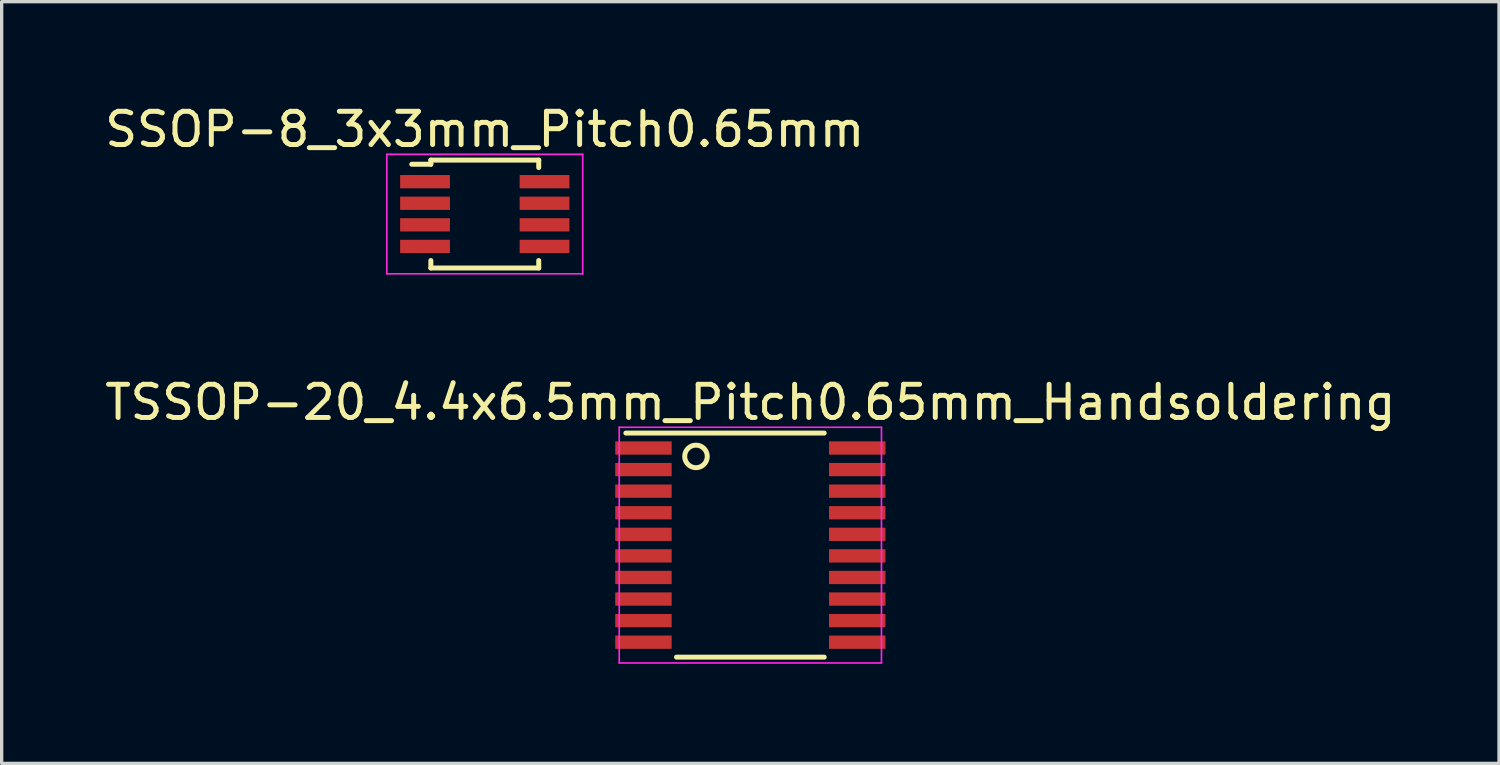
<source format=kicad_pcb>
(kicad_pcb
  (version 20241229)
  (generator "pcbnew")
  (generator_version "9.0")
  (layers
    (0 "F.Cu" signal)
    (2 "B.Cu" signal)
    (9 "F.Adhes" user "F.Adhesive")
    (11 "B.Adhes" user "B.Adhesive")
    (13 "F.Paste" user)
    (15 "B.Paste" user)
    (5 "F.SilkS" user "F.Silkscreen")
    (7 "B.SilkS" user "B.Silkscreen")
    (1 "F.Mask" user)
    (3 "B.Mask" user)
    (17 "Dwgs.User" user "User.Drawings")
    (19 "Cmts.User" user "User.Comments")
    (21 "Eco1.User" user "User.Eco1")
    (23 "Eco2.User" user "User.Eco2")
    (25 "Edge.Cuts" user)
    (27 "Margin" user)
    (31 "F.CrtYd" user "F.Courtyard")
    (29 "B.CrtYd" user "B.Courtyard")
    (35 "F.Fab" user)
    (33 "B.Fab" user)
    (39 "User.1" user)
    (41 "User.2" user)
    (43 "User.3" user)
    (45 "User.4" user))
  (footprint "TSSOP-20_4.4x6.5mm_Pitch0.65mm_Handsoldering"
    (layer "F.Cu")
    (at 19.554 13.371)
    (property "Reference" "TSSOP-20_4.4x6.5mm_Pitch0.65mm_Handsoldering" (at 0 -4.3 0) (layer "F.SilkS") (effects (font (size 1 1) (thickness 0.15))))
    (attr smd)
    (fp_line (start -3.75 -3.375) (end 2.225 -3.375) (stroke (width 0.15) (type solid)) (layer "F.SilkS"))
    (fp_line (start -2.225 3.375) (end 2.225 3.375) (stroke (width 0.15) (type solid)) (layer "F.SilkS"))
    (fp_circle (center -1.638 -2.672) (end -1.387 -2.443) (stroke (width 0.15) (type solid)) (fill no) (layer "F.SilkS"))
    (fp_line (start -3.95 -3.55) (end -3.95 3.55) (stroke (width 0.05) (type solid)) (layer "F.CrtYd"))
    (fp_line (start -3.95 -3.55) (end 3.95 -3.55) (stroke (width 0.05) (type solid)) (layer "F.CrtYd"))
    (fp_line (start -3.95 3.55) (end 3.95 3.55) (stroke (width 0.05) (type solid)) (layer "F.CrtYd"))
    (fp_line (start 3.95 -3.55) (end 3.95 3.55) (stroke (width 0.05) (type solid)) (layer "F.CrtYd"))
    (pad "1" smd rect (at -3.22 -2.925) (size 1.7 0.4) (layers "F.Cu" "F.Mask" "F.Paste"))
    (pad "2" smd rect (at -3.22 -2.275) (size 1.7 0.4) (layers "F.Cu" "F.Mask" "F.Paste"))
    (pad "3" smd rect (at -3.22 -1.625) (size 1.7 0.4) (layers "F.Cu" "F.Mask" "F.Paste"))
    (pad "4" smd rect (at -3.22 -0.975) (size 1.7 0.4) (layers "F.Cu" "F.Mask" "F.Paste"))
    (pad "5" smd rect (at -3.22 -0.325) (size 1.7 0.4) (layers "F.Cu" "F.Mask" "F.Paste"))
    (pad "6" smd rect (at -3.22 0.325) (size 1.7 0.4) (layers "F.Cu" "F.Mask" "F.Paste"))
    (pad "7" smd rect (at -3.22 0.975) (size 1.7 0.4) (layers "F.Cu" "F.Mask" "F.Paste"))
    (pad "8" smd rect (at -3.22 1.625) (size 1.7 0.4) (layers "F.Cu" "F.Mask" "F.Paste"))
    (pad "9" smd rect (at -3.22 2.275) (size 1.7 0.4) (layers "F.Cu" "F.Mask" "F.Paste"))
    (pad "10" smd rect (at -3.22 2.925) (size 1.7 0.4) (layers "F.Cu" "F.Mask" "F.Paste"))
    (pad "11" smd rect (at 3.22 2.925) (size 1.7 0.4) (layers "F.Cu" "F.Mask" "F.Paste"))
    (pad "12" smd rect (at 3.22 2.275) (size 1.7 0.4) (layers "F.Cu" "F.Mask" "F.Paste"))
    (pad "13" smd rect (at 3.22 1.625) (size 1.7 0.4) (layers "F.Cu" "F.Mask" "F.Paste"))
    (pad "14" smd rect (at 3.22 0.975) (size 1.7 0.4) (layers "F.Cu" "F.Mask" "F.Paste"))
    (pad "15" smd rect (at 3.22 0.325) (size 1.7 0.4) (layers "F.Cu" "F.Mask" "F.Paste"))
    (pad "16" smd rect (at 3.22 -0.325) (size 1.7 0.4) (layers "F.Cu" "F.Mask" "F.Paste"))
    (pad "17" smd rect (at 3.22 -0.975) (size 1.7 0.4) (layers "F.Cu" "F.Mask" "F.Paste"))
    (pad "18" smd rect (at 3.22 -1.625) (size 1.7 0.4) (layers "F.Cu" "F.Mask" "F.Paste"))
    (pad "19" smd rect (at 3.22 -2.275) (size 1.7 0.4) (layers "F.Cu" "F.Mask" "F.Paste"))
    (pad "20" smd rect (at 3.22 -2.925) (size 1.7 0.4) (layers "F.Cu" "F.Mask" "F.Paste")))
  (footprint "SSOP-8_3x3mm_Pitch0.65mm"
    (layer "F.Cu")
    (at 11.554 3.398)
    (property "Reference" "SSOP-8_3x3mm_Pitch0.65mm" (at 0 -2.55 0) (layer "F.SilkS") (effects (font (size 1 1) (thickness 0.15))))
    (attr smd)
    (fp_line (start -1.625 -1.625) (end -1.625 -1.5) (stroke (width 0.15) (type solid)) (layer "F.SilkS"))
    (fp_line (start -1.625 -1.625) (end 1.625 -1.625) (stroke (width 0.15) (type solid)) (layer "F.SilkS"))
    (fp_line (start -1.625 -1.5) (end -2.2 -1.5) (stroke (width 0.15) (type solid)) (layer "F.SilkS"))
    (fp_line (start -1.625 1.625) (end -1.625 1.4) (stroke (width 0.15) (type solid)) (layer "F.SilkS"))
    (fp_line (start -1.625 1.625) (end 1.625 1.625) (stroke (width 0.15) (type solid)) (layer "F.SilkS"))
    (fp_line (start 1.625 -1.625) (end 1.625 -1.4) (stroke (width 0.15) (type solid)) (layer "F.SilkS"))
    (fp_line (start 1.625 1.625) (end 1.625 1.4) (stroke (width 0.15) (type solid)) (layer "F.SilkS"))
    (fp_line (start -2.95 -1.8) (end -2.95 1.8) (stroke (width 0.05) (type solid)) (layer "F.CrtYd"))
    (fp_line (start -2.95 -1.8) (end 2.95 -1.8) (stroke (width 0.05) (type solid)) (layer "F.CrtYd"))
    (fp_line (start -2.95 1.8) (end 2.95 1.8) (stroke (width 0.05) (type solid)) (layer "F.CrtYd"))
    (fp_line (start 2.95 -1.8) (end 2.95 1.8) (stroke (width 0.05) (type solid)) (layer "F.CrtYd"))
    (pad "1" smd rect (at -1.8 -0.975) (size 1.5 0.4) (layers "F.Cu" "F.Mask" "F.Paste"))
    (pad "2" smd rect (at -1.8 -0.325) (size 1.5 0.4) (layers "F.Cu" "F.Mask" "F.Paste"))
    (pad "3" smd rect (at -1.8 0.325) (size 1.5 0.4) (layers "F.Cu" "F.Mask" "F.Paste"))
    (pad "4" smd rect (at -1.8 0.975) (size 1.5 0.4) (layers "F.Cu" "F.Mask" "F.Paste"))
    (pad "5" smd rect (at 1.8 0.975) (size 1.5 0.4) (layers "F.Cu" "F.Mask" "F.Paste"))
    (pad "6" smd rect (at 1.8 0.325) (size 1.5 0.4) (layers "F.Cu" "F.Mask" "F.Paste"))
    (pad "7" smd rect (at 1.8 -0.325) (size 1.5 0.4) (layers "F.Cu" "F.Mask" "F.Paste"))
    (pad "8" smd rect (at 1.8 -0.975) (size 1.5 0.4) (layers "F.Cu" "F.Mask" "F.Paste")))
  (gr_rect
    (start -3 -3)
    (end 42.107 19.947)
    (stroke (width 0.1) (type default))
    (fill no)
    (layer "Edge.Cuts")))
</source>
